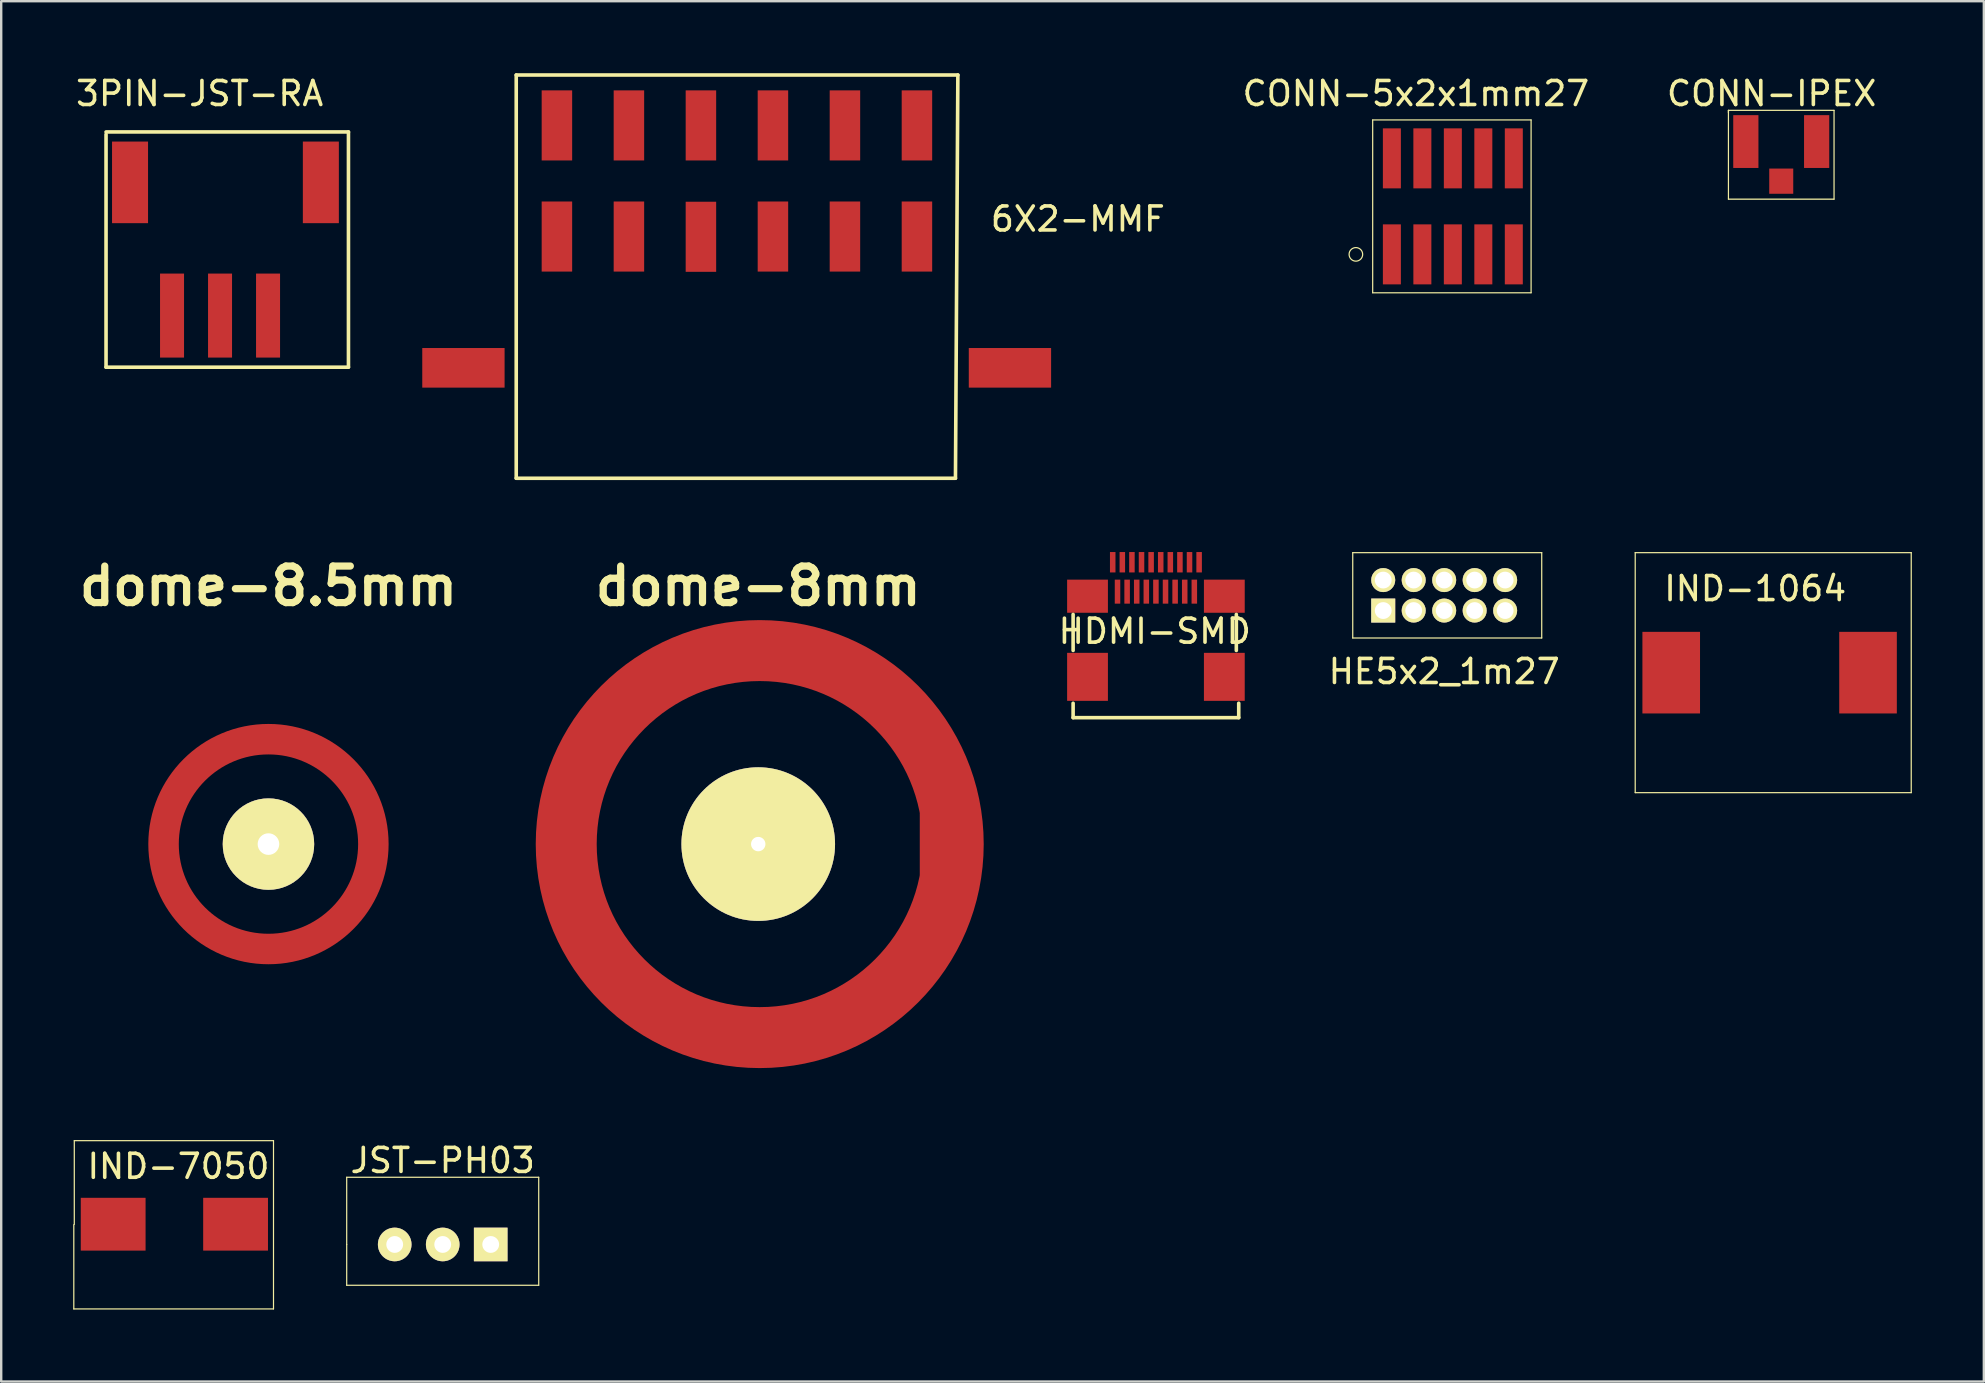
<source format=kicad_pcb>
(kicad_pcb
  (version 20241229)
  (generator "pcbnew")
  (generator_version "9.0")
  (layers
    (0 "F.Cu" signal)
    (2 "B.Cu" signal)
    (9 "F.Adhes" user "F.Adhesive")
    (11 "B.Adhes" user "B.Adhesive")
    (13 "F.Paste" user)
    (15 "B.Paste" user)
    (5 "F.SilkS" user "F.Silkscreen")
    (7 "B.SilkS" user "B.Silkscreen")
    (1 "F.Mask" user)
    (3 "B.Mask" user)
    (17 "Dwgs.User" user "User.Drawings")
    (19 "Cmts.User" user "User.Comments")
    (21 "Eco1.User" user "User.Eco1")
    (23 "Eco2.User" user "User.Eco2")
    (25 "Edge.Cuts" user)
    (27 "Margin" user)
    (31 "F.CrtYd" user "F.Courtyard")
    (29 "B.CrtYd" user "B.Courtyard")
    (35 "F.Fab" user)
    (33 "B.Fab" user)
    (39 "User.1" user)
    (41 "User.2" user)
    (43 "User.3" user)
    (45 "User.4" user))
  (footprint "CONN-5x2x1mm27"
    (layer "F.Cu")
    (at 54.941 7.548)
    (property "Reference" "CONN-5x2x1mm27" (at 1 -6.7 0) (layer "F.SilkS") (effects (font (size 1 1) (thickness 0.15))))
    (attr through_hole)
    (fp_line (start -0.8 -5.6) (end -0.8 1.6) (stroke (width 0.05) (type solid)) (layer "F.SilkS"))
    (fp_line (start -0.8 1.6) (end 5.8 1.6) (stroke (width 0.05) (type solid)) (layer "F.SilkS"))
    (fp_line (start 5.8 -5.6) (end -0.8 -5.6) (stroke (width 0.05) (type solid)) (layer "F.SilkS"))
    (fp_line (start 5.8 1.6) (end 5.8 -5.6) (stroke (width 0.05) (type solid)) (layer "F.SilkS"))
    (fp_circle (center -1.5 0) (end -1.3 0.2) (stroke (width 0.05) (type solid)) (fill no) (layer "F.SilkS"))
    (pad "1" smd rect (at 0 0) (size 0.75 2.5) (layers "F.Cu" "F.Mask" "F.Paste"))
    (pad "2" smd rect (at 0 -4) (size 0.75 2.5) (layers "F.Cu" "F.Mask" "F.Paste"))
    (pad "3" smd rect (at 1.27 0) (size 0.75 2.5) (layers "F.Cu" "F.Mask" "F.Paste"))
    (pad "4" smd rect (at 1.27 -4) (size 0.75 2.5) (layers "F.Cu" "F.Mask" "F.Paste"))
    (pad "5" smd rect (at 2.54 0) (size 0.75 2.5) (layers "F.Cu" "F.Mask" "F.Paste"))
    (pad "6" smd rect (at 2.54 -4) (size 0.75 2.5) (layers "F.Cu" "F.Mask" "F.Paste"))
    (pad "7" smd rect (at 3.81 0) (size 0.75 2.5) (layers "F.Cu" "F.Mask" "F.Paste"))
    (pad "8" smd rect (at 3.81 -4) (size 0.75 2.5) (layers "F.Cu" "F.Mask" "F.Paste"))
    (pad "9" smd rect (at 5.08 0) (size 0.75 2.5) (layers "F.Cu" "F.Mask" "F.Paste"))
    (pad "10" smd rect (at 5.08 -4) (size 0.75 2.5) (layers "F.Cu" "F.Mask" "F.Paste")))
  (footprint "dome-8.5mm"
    (layer "F.Cu")
    (at 8.135 32.118)
    (property "Reference" "dome-8.5mm" (at 0 -10.75 0) (layer "F.SilkS") (effects (font (size 1.524 1.524) (thickness 0.3))))
    (attr through_hole)
    (fp_circle (center 0 0) (end 4.255 1) (stroke (width 1.27) (type solid)) (fill no) (layer "F.Cu"))
    (pad "1" thru_hole circle (at 0 0) (size 3.81 3.81) (drill 0.9) (layers "*.Cu" "*.Mask" "F.SilkS"))
    (pad "2" smd rect (at 4.3 0) (size 0.8 0.8) (layers "F.Cu" "F.Mask" "F.Paste")))
  (footprint "CONN-IPEX"
    (layer "F.Cu")
    (at 71.163 4.448)
    (property "Reference" "CONN-IPEX" (at -0.4 -3.6 0) (layer "F.SilkS") (effects (font (size 1 1) (thickness 0.15))))
    (attr through_hole)
    (fp_line (start -2.2 -2.9) (end -2.2 -2.8) (stroke (width 0.05) (type solid)) (layer "F.SilkS"))
    (fp_line (start -2.2 -2.9) (end -2.2 0.8) (stroke (width 0.05) (type solid)) (layer "F.SilkS"))
    (fp_line (start -2.2 0.8) (end 2.2 0.8) (stroke (width 0.05) (type solid)) (layer "F.SilkS"))
    (fp_line (start 2.2 -2.9) (end -2.2 -2.9) (stroke (width 0.05) (type solid)) (layer "F.SilkS"))
    (fp_line (start 2.2 0.8) (end 2.2 -2.9) (stroke (width 0.05) (type solid)) (layer "F.SilkS"))
    (pad "1" smd rect (at 0 0.05) (size 1 1.05) (layers "F.Cu" "F.Mask" "F.Paste"))
    (pad "2" smd rect (at -1.475 -1.6) (size 1.05 2.2) (layers "F.Cu" "F.Mask" "F.Paste"))
    (pad "3" smd rect (at 1.475 -1.6) (size 1.05 2.2) (layers "F.Cu" "F.Mask" "F.Paste")))
  (footprint "HE5x2_1m27"
    (layer "F.Cu")
    (at 57.12 21.753)
    (property "Reference" "HE5x2_1m27" (at 0 3.175 0) (layer "F.SilkS") (effects (font (size 1 1) (thickness 0.15))))
    (attr through_hole)
    (fp_line (start -3.81 -1.778) (end -3.81 1.778) (stroke (width 0.05) (type solid)) (layer "F.SilkS"))
    (fp_line (start -3.81 1.778) (end 4.064 1.778) (stroke (width 0.05) (type solid)) (layer "F.SilkS"))
    (fp_line (start 4.064 -1.778) (end -3.81 -1.778) (stroke (width 0.05) (type solid)) (layer "F.SilkS"))
    (fp_line (start 4.064 1.778) (end 4.064 -1.778) (stroke (width 0.05) (type solid)) (layer "F.SilkS"))
    (pad "1" thru_hole rect (at -2.54 0.635) (size 1 1) (drill 0.7) (layers "*.Cu" "*.Mask" "F.SilkS"))
    (pad "2" thru_hole circle (at -2.54 -0.635) (size 1 1) (drill 0.7) (layers "*.Cu" "*.Mask" "F.SilkS"))
    (pad "3" thru_hole circle (at -1.27 0.635) (size 1 1) (drill 0.7) (layers "*.Cu" "*.Mask" "F.SilkS"))
    (pad "4" thru_hole circle (at -1.27 -0.635) (size 1 1) (drill 0.7) (layers "*.Cu" "*.Mask" "F.SilkS"))
    (pad "5" thru_hole circle (at 0 0.635) (size 1 1) (drill 0.7) (layers "*.Cu" "*.Mask" "F.SilkS"))
    (pad "6" thru_hole circle (at 0 -0.635) (size 1 1) (drill 0.7) (layers "*.Cu" "*.Mask" "F.SilkS"))
    (pad "7" thru_hole circle (at 1.27 0.635) (size 1 1) (drill 0.7) (layers "*.Cu" "*.Mask" "F.SilkS"))
    (pad "8" thru_hole circle (at 1.27 -0.635) (size 1 1) (drill 0.7) (layers "*.Cu" "*.Mask" "F.SilkS"))
    (pad "9" thru_hole circle (at 2.54 0.635) (size 1 1) (drill 0.7) (layers "*.Cu" "*.Mask" "F.SilkS"))
    (pad "10" thru_hole circle (at 2.54 -0.635) (size 1 1) (drill 0.7) (layers "*.Cu" "*.Mask" "F.SilkS")))
  (footprint "HDMI-SMD"
    (layer "F.Cu")
    (at 42.26 25.15)
    (property "Reference" "HDMI-SMD" (at 2.8 -1.9 0) (layer "F.SilkS") (effects (font (size 1 1) (thickness 0.15))))
    (attr through_hole)
    (fp_line (start -0.6 -2.6) (end -0.6 -1.1) (stroke (width 0.15) (type solid)) (layer "F.SilkS"))
    (fp_line (start -0.6 1.1) (end -0.6 1.7) (stroke (width 0.15) (type solid)) (layer "F.SilkS"))
    (fp_line (start -0.6 1.7) (end 6.3 1.7) (stroke (width 0.15) (type solid)) (layer "F.SilkS"))
    (fp_line (start 6.2 -2.6) (end 6.2 -1.1) (stroke (width 0.15) (type solid)) (layer "F.SilkS"))
    (fp_line (start 6.3 1.7) (end 6.3 1.1) (stroke (width 0.15) (type solid)) (layer "F.SilkS"))
    (pad "1" smd rect (at 4.65 -4.775) (size 0.23 0.85) (layers "F.Cu" "F.Mask" "F.Paste"))
    (pad "2" smd rect (at 4.45 -3.55) (size 0.23 1) (layers "F.Cu" "F.Mask" "F.Paste"))
    (pad "3" smd rect (at 4.25 -4.775) (size 0.23 0.85) (layers "F.Cu" "F.Mask" "F.Paste"))
    (pad "4" smd rect (at 4.05 -3.55) (size 0.23 1) (layers "F.Cu" "F.Mask" "F.Paste"))
    (pad "5" smd rect (at 3.85 -4.775) (size 0.23 0.85) (layers "F.Cu" "F.Mask" "F.Paste"))
    (pad "6" smd rect (at 3.65 -3.55) (size 0.23 1) (layers "F.Cu" "F.Mask" "F.Paste"))
    (pad "7" smd rect (at 3.45 -4.775) (size 0.23 0.85) (layers "F.Cu" "F.Mask" "F.Paste"))
    (pad "8" smd rect (at 3.25 -3.55) (size 0.23 1) (layers "F.Cu" "F.Mask" "F.Paste"))
    (pad "9" smd rect (at 3.05 -4.775) (size 0.23 0.85) (layers "F.Cu" "F.Mask" "F.Paste"))
    (pad "10" smd rect (at 2.85 -3.55) (size 0.23 1) (layers "F.Cu" "F.Mask" "F.Paste"))
    (pad "11" smd rect (at 2.65 -4.775) (size 0.23 0.85) (layers "F.Cu" "F.Mask" "F.Paste"))
    (pad "12" smd rect (at 2.45 -3.55) (size 0.23 1) (layers "F.Cu" "F.Mask" "F.Paste"))
    (pad "13" smd rect (at 2.25 -4.775) (size 0.23 0.85) (layers "F.Cu" "F.Mask" "F.Paste"))
    (pad "14" smd rect (at 2.05 -3.55) (size 0.23 1) (layers "F.Cu" "F.Mask" "F.Paste"))
    (pad "15" smd rect (at 1.85 -4.775) (size 0.23 0.85) (layers "F.Cu" "F.Mask" "F.Paste"))
    (pad "16" smd rect (at 1.65 -3.55) (size 0.23 1) (layers "F.Cu" "F.Mask" "F.Paste"))
    (pad "17" smd rect (at 1.45 -4.775) (size 0.23 0.85) (layers "F.Cu" "F.Mask" "F.Paste"))
    (pad "18" smd rect (at 1.25 -3.55) (size 0.23 1) (layers "F.Cu" "F.Mask" "F.Paste"))
    (pad "19" smd rect (at 1.05 -4.775) (size 0.23 0.85) (layers "F.Cu" "F.Mask" "F.Paste"))
    (pad "20" smd rect (at 0 -3.36) (size 1.7 1.38) (layers "F.Cu" "F.Mask" "F.Paste"))
    (pad "21" smd rect (at 5.7 -3.36) (size 1.7 1.38) (layers "F.Cu" "F.Mask" "F.Paste"))
    (pad "22" smd rect (at 0 0) (size 1.7 2) (layers "F.Cu" "F.Mask" "F.Paste"))
    (pad "23" smd rect (at 5.7 0) (size 1.7 2) (layers "F.Cu" "F.Mask" "F.Paste")))
  (footprint "3PIN-JST-RA"
    (layer "F.Cu")
    (at 2.368 4.548)
    (property "Reference" "3PIN-JST-RA" (at 2.9 -3.7 0) (layer "F.SilkS") (effects (font (size 1 1) (thickness 0.15))))
    (attr through_hole)
    (fp_line (start -1 -2) (end -1 7.7) (stroke (width 0.15) (type solid)) (layer "F.SilkS"))
    (fp_line (start -1 7.7) (end 9.1 7.7) (stroke (width 0.15) (type solid)) (layer "F.SilkS"))
    (fp_line (start 9.1 -2.1) (end -1 -2.1) (stroke (width 0.15) (type solid)) (layer "F.SilkS"))
    (fp_line (start 9.1 7.7) (end 9.1 -2.1) (stroke (width 0.15) (type solid)) (layer "F.SilkS"))
    (pad "1" smd rect (at 5.75 5.55) (size 1 3.5) (layers "F.Cu" "F.Mask" "F.Paste"))
    (pad "2" smd rect (at 3.75 5.55) (size 1 3.5) (layers "F.Cu" "F.Mask" "F.Paste"))
    (pad "3" smd rect (at 1.75 5.55) (size 1 3.5) (layers "F.Cu" "F.Mask" "F.Paste"))
    (pad "4" smd rect (at 0 0) (size 1.5 3.4) (layers "F.Cu" "F.Mask" "F.Paste"))
    (pad "5" smd rect (at 7.95 0) (size 1.5 3.4) (layers "F.Cu" "F.Mask" "F.Paste")))
  (footprint "IND-7050"
    (layer "F.Cu")
    (at 1.665 47.955)
    (property "Reference" "IND-7050" (at 2.72 -2.41 0) (layer "F.SilkS") (effects (font (size 1 1) (thickness 0.15))))
    (attr through_hole)
    (fp_line (start -1.64 3.53) (end -1.64 0.02) (stroke (width 0.05) (type solid)) (layer "F.SilkS"))
    (fp_line (start -1.62 -3.48) (end 6.68 -3.48) (stroke (width 0.05) (type solid)) (layer "F.SilkS"))
    (fp_line (start -1.62 0.01) (end -1.62 -3.48) (stroke (width 0.05) (type solid)) (layer "F.SilkS"))
    (fp_line (start 6.68 -3.48) (end 6.68 3.53) (stroke (width 0.05) (type solid)) (layer "F.SilkS"))
    (fp_line (start 6.68 3.53) (end -1.64 3.53) (stroke (width 0.05) (type solid)) (layer "F.SilkS"))
    (pad "1" smd rect (at 0 0) (size 2.7 2.2) (layers "F.Cu" "F.Mask" "F.Paste"))
    (pad "2" smd rect (at 5.1 0) (size 2.7 2.2) (layers "F.Cu" "F.Mask" "F.Paste")))
  (footprint "IND-1064"
    (layer "F.Cu")
    (at 66.579 24.975)
    (property "Reference" "IND-1064" (at 3.5 -3.5 0) (layer "F.SilkS") (effects (font (size 1 1) (thickness 0.15))))
    (attr through_hole)
    (fp_line (start -1.5 -5) (end -1.5 5) (stroke (width 0.05) (type solid)) (layer "F.SilkS"))
    (fp_line (start -1.5 5) (end 10 5) (stroke (width 0.05) (type solid)) (layer "F.SilkS"))
    (fp_line (start 10 -5) (end -1.5 -5) (stroke (width 0.05) (type solid)) (layer "F.SilkS"))
    (fp_line (start 10 5) (end 10 -5) (stroke (width 0.05) (type solid)) (layer "F.SilkS"))
    (pad "1" smd rect (at 0 0) (size 2.4 3.4) (layers "F.Cu" "F.Mask" "F.Paste"))
    (pad "2" smd rect (at 8.2 0) (size 2.4 3.4) (layers "F.Cu" "F.Mask" "F.Paste")))
  (footprint "JST-PH03"
    (layer "F.Cu")
    (at 15.395 48.799)
    (property "Reference" "JST-PH03" (at 0 -3.5 0) (layer "F.SilkS") (effects (font (size 1 1) (thickness 0.15))))
    (attr through_hole)
    (fp_line (start -4 -2.8) (end -4 0) (stroke (width 0.05) (type solid)) (layer "F.SilkS"))
    (fp_line (start -4 0) (end -4 1.7) (stroke (width 0.05) (type solid)) (layer "F.SilkS"))
    (fp_line (start -4 1.7) (end 4 1.7) (stroke (width 0.05) (type solid)) (layer "F.SilkS"))
    (fp_line (start 4 -2.8) (end -4 -2.8) (stroke (width 0.05) (type solid)) (layer "F.SilkS"))
    (fp_line (start 4 1.7) (end 4 -2.8) (stroke (width 0.05) (type solid)) (layer "F.SilkS"))
    (pad "1" thru_hole rect (at 2 0) (size 1.4 1.4) (drill 0.7) (layers "*.Cu" "*.Mask" "F.SilkS"))
    (pad "2" thru_hole circle (at 0 0) (size 1.4 1.4) (drill 0.7) (layers "*.Cu" "*.Mask" "F.SilkS"))
    (pad "3" thru_hole circle (at -2 0) (size 1.4 1.4) (drill 0.7) (layers "*.Cu" "*.Mask" "F.SilkS")))
  (footprint "dome-8mm"
    (layer "F.Cu")
    (at 28.541 32.118)
    (property "Reference" "dome-8mm" (at 0 -10.75 0) (layer "F.SilkS") (effects (font (size 1.524 1.524) (thickness 0.3))))
    (attr through_hole)
    (fp_circle (center 0.062 0) (end 8.062 1) (stroke (width 2.54) (type solid)) (fill no) (layer "F.Cu"))
    (pad "1" thru_hole circle (at 0 0) (size 6.4 6.4) (drill 0.6) (layers "*.Cu" "*.Mask" "F.SilkS"))
    (pad "2" smd rect (at 8 0) (size 2.54 2.54) (layers "F.Cu" "F.Mask" "F.Paste")))
  (footprint "6X2-MMF"
    (layer "F.Cu")
    (at 16.258 12.275)
    (property "Reference" "6X2-MMF" (at 25.6 -6.2 0) (layer "F.SilkS") (effects (font (size 1 1) (thickness 0.15))))
    (attr through_hole)
    (fp_line (start 2.2 -12.2) (end 20.6 -12.2) (stroke (width 0.15) (type solid)) (layer "F.SilkS"))
    (fp_line (start 2.2 4.6) (end 2.2 -12.2) (stroke (width 0.15) (type solid)) (layer "F.SilkS"))
    (fp_line (start 20.5 4.6) (end 2.2 4.6) (stroke (width 0.15) (type solid)) (layer "F.SilkS"))
    (fp_line (start 20.6 -12.2) (end 20.5 4.6) (stroke (width 0.15) (type solid)) (layer "F.SilkS"))
    (pad "1" smd rect (at 18.895 -5.47) (size 1.27 2.92) (layers "F.Cu" "F.Mask" "F.Paste"))
    (pad "2" smd rect (at 15.895 -5.47) (size 1.27 2.92) (layers "F.Cu" "F.Mask" "F.Paste"))
    (pad "3" smd rect (at 12.895 -5.47) (size 1.27 2.92) (layers "F.Cu" "F.Mask" "F.Paste"))
    (pad "4" smd rect (at 9.895 -5.46) (size 1.27 2.92) (layers "F.Cu" "F.Mask" "F.Paste"))
    (pad "5" smd rect (at 6.895 -5.47) (size 1.27 2.92) (layers "F.Cu" "F.Mask" "F.Paste"))
    (pad "6" smd rect (at 3.895 -5.47) (size 1.27 2.92) (layers "F.Cu" "F.Mask" "F.Paste"))
    (pad "7" smd rect (at 18.895 -10.1) (size 1.27 2.92) (layers "F.Cu" "F.Mask" "F.Paste"))
    (pad "8" smd rect (at 15.895 -10.1) (size 1.27 2.92) (layers "F.Cu" "F.Mask" "F.Paste"))
    (pad "9" smd rect (at 12.895 -10.1) (size 1.27 2.92) (layers "F.Cu" "F.Mask" "F.Paste"))
    (pad "10" smd rect (at 9.895 -10.1) (size 1.27 2.92) (layers "F.Cu" "F.Mask" "F.Paste"))
    (pad "11" smd rect (at 6.895 -10.1) (size 1.27 2.92) (layers "F.Cu" "F.Mask" "F.Paste"))
    (pad "12" smd rect (at 3.895 -10.1) (size 1.27 2.92) (layers "F.Cu" "F.Mask" "F.Paste"))
    (pad "13" smd rect (at 0 0) (size 3.43 1.65) (layers "F.Cu" "F.Mask" "F.Paste"))
    (pad "14" smd rect (at 22.77 0) (size 3.43 1.65) (layers "F.Cu" "F.Mask" "F.Paste")))
  (gr_rect
    (start -3 -3)
    (end 79.604 54.51)
    (stroke (width 0.1) (type default))
    (fill no)
    (layer "Edge.Cuts")))
</source>
